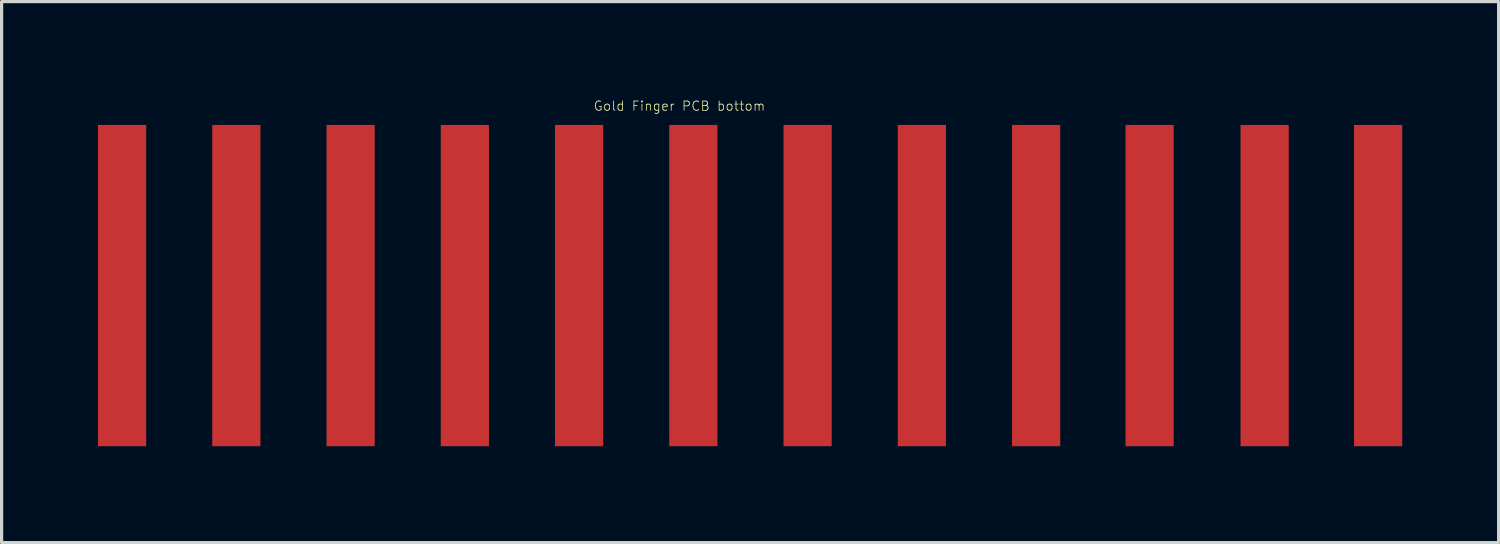
<source format=kicad_pcb>
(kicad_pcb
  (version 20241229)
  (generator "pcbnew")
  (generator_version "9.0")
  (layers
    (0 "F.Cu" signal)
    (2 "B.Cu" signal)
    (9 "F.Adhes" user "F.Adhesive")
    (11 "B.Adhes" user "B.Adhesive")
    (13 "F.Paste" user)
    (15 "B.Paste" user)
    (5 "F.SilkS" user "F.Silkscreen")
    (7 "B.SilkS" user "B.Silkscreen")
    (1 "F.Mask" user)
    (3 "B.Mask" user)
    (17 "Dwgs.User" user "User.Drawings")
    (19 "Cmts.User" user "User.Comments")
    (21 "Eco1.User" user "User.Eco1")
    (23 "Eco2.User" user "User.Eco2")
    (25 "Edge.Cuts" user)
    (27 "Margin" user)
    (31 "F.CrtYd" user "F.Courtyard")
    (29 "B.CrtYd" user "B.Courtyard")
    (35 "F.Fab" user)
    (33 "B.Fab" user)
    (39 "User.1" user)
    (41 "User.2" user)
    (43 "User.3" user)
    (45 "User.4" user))
  (footprint "Gold Finger PCB bottom"
    (layer "F.Cu")
    (at 18.252 0.25)
    (property "Reference" "Gold Finger PCB bottom" (at 2.532 0 0) (layer "F.SilkS") (effects (font (size 0.29 0.29) (thickness 0.024)) (justify right)))
    (attr through_hole)
    (pad "1" smd rect (at 21.59 5.588) (size 1.5 10) (layers "F.Cu" "F.Mask" "F.Paste"))
    (pad "2" smd rect (at 18.058 5.588) (size 1.5 10) (layers "F.Cu" "F.Mask" "F.Paste"))
    (pad "3" smd rect (at 14.478 5.588) (size 1.5 10) (layers "F.Cu" "F.Mask" "F.Paste"))
    (pad "4" smd rect (at 10.946 5.588) (size 1.5 10) (layers "F.Cu" "F.Mask" "F.Paste"))
    (pad "5" smd rect (at 7.39 5.588) (size 1.5 10) (layers "F.Cu" "F.Mask" "F.Paste"))
    (pad "6" smd rect (at 3.834 5.588) (size 1.5 10) (layers "F.Cu" "F.Mask" "F.Paste"))
    (pad "7" smd rect (at 0.278 5.588) (size 1.5 10) (layers "F.Cu" "F.Mask" "F.Paste"))
    (pad "8" smd rect (at -3.278 5.588) (size 1.5 10) (layers "F.Cu" "F.Mask" "F.Paste"))
    (pad "9" smd rect (at -6.834 5.588) (size 1.5 10) (layers "F.Cu" "F.Mask" "F.Paste"))
    (pad "10" smd rect (at -10.39 5.588) (size 1.5 10) (layers "F.Cu" "F.Mask" "F.Paste"))
    (pad "11" smd rect (at -13.946 5.588) (size 1.5 10) (layers "F.Cu" "F.Mask" "F.Paste"))
    (pad "12" smd rect (at -17.502 5.588) (size 1.5 10) (layers "F.Cu" "F.Mask" "F.Paste")))
  (gr_rect
    (start -3 -3)
    (end 43.592 13.838)
    (stroke (width 0.1) (type default))
    (fill no)
    (layer "Edge.Cuts")))
</source>
